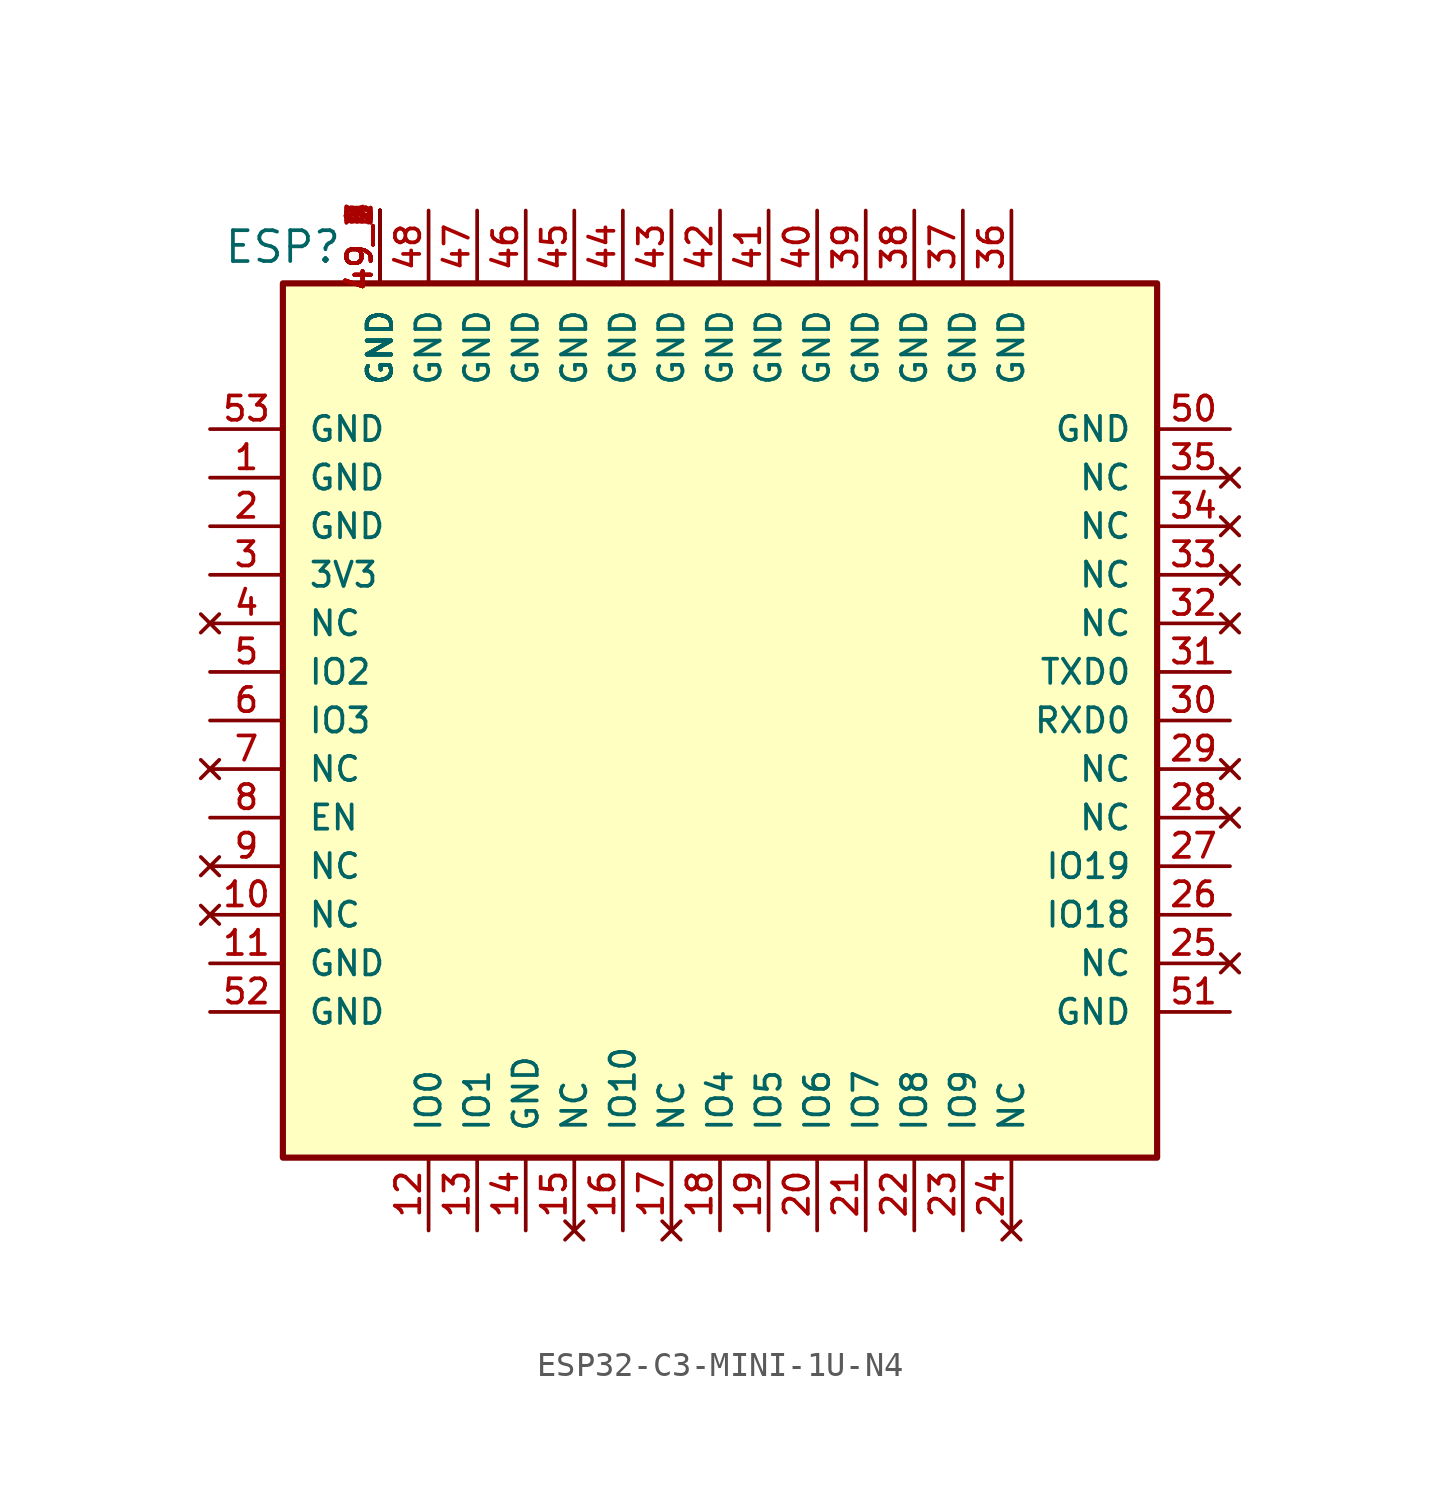
<source format=kicad_sym>
(kicad_symbol_lib
  (version 20220914)
  (generator kicad_symbol_editor)
  (symbol "ESP32-C3-MINI-1U-N4"
    (pin_names
      (offset 1.016))
    (property "Reference" "ESP"
      (at 0 37.5 0)
      (effects (font (size 1.27 1.27))))
    (symbol "ESP32-C3-MINI-1U-N4_0_0"
      (rectangle (start 0 36) (end 36 0) (stroke (width 0.254) (type default)) (fill (type background))))
    (symbol "ESP32-C3-MINI-1U-N4_1_0"
      (pin power_in line (at -3 28 0) (length 3) (name "GND" (effects (font (size 1 1)))) (number "1" (effects (font (size 1 1)))))
      (pin no_connect line (at -3 10 0) (length 3) (name "NC" (effects (font (size 1 1)))) (number "10" (effects (font (size 1 1)))))
      (pin power_in line (at -3 8 0) (length 3) (name "GND" (effects (font (size 1 1)))) (number "11" (effects (font (size 1 1)))))
      (pin bidirectional line (at 6 -3 90) (length 3) (name "IO0" (effects (font (size 1 1)))) (number "12" (effects (font (size 1 1)))))
      (pin bidirectional line (at 8 -3 90) (length 3) (name "IO1" (effects (font (size 1 1)))) (number "13" (effects (font (size 1 1)))))
      (pin power_in line (at 10 -3 90) (length 3) (name "GND" (effects (font (size 1 1)))) (number "14" (effects (font (size 1 1)))))
      (pin no_connect line (at 12 -3 90) (length 3) (name "NC" (effects (font (size 1 1)))) (number "15" (effects (font (size 1 1)))))
      (pin bidirectional line (at 14 -3 90) (length 3) (name "IO10" (effects (font (size 1 1)))) (number "16" (effects (font (size 1 1)))))
      (pin no_connect line (at 16 -3 90) (length 3) (name "NC" (effects (font (size 1 1)))) (number "17" (effects (font (size 1 1)))))
      (pin bidirectional line (at 18 -3 90) (length 3) (name "IO4" (effects (font (size 1 1)))) (number "18" (effects (font (size 1 1)))))
      (pin bidirectional line (at 20 -3 90) (length 3) (name "IO5" (effects (font (size 1 1)))) (number "19" (effects (font (size 1 1)))))
      (pin power_in line (at -3 26 0) (length 3) (name "GND" (effects (font (size 1 1)))) (number "2" (effects (font (size 1 1)))))
      (pin bidirectional line (at 22 -3 90) (length 3) (name "IO6" (effects (font (size 1 1)))) (number "20" (effects (font (size 1 1)))))
      (pin bidirectional line (at 24 -3 90) (length 3) (name "IO7" (effects (font (size 1 1)))) (number "21" (effects (font (size 1 1)))))
      (pin bidirectional line (at 26 -3 90) (length 3) (name "IO8" (effects (font (size 1 1)))) (number "22" (effects (font (size 1 1)))))
      (pin bidirectional line (at 28 -3 90) (length 3) (name "IO9" (effects (font (size 1 1)))) (number "23" (effects (font (size 1 1)))))
      (pin no_connect line (at 30 -3 90) (length 3) (name "NC" (effects (font (size 1 1)))) (number "24" (effects (font (size 1 1)))))
      (pin no_connect line (at 39 8 180) (length 3) (name "NC" (effects (font (size 1 1)))) (number "25" (effects (font (size 1 1)))))
      (pin bidirectional line (at 39 10 180) (length 3) (name "IO18" (effects (font (size 1 1)))) (number "26" (effects (font (size 1 1)))))
      (pin bidirectional line (at 39 12 180) (length 3) (name "IO19" (effects (font (size 1 1)))) (number "27" (effects (font (size 1 1)))))
      (pin no_connect line (at 39 14 180) (length 3) (name "NC" (effects (font (size 1 1)))) (number "28" (effects (font (size 1 1)))))
      (pin no_connect line (at 39 16 180) (length 3) (name "NC" (effects (font (size 1 1)))) (number "29" (effects (font (size 1 1)))))
      (pin power_in line (at -3 24 0) (length 3) (name "3V3" (effects (font (size 1 1)))) (number "3" (effects (font (size 1 1)))))
      (pin bidirectional line (at 39 18 180) (length 3) (name "RXD0" (effects (font (size 1 1)))) (number "30" (effects (font (size 1 1)))))
      (pin bidirectional line (at 39 20 180) (length 3) (name "TXD0" (effects (font (size 1 1)))) (number "31" (effects (font (size 1 1)))))
      (pin no_connect line (at 39 22 180) (length 3) (name "NC" (effects (font (size 1 1)))) (number "32" (effects (font (size 1 1)))))
      (pin no_connect line (at 39 24 180) (length 3) (name "NC" (effects (font (size 1 1)))) (number "33" (effects (font (size 1 1)))))
      (pin no_connect line (at 39 26 180) (length 3) (name "NC" (effects (font (size 1 1)))) (number "34" (effects (font (size 1 1)))))
      (pin no_connect line (at 39 28 180) (length 3) (name "NC" (effects (font (size 1 1)))) (number "35" (effects (font (size 1 1)))))
      (pin power_in line (at 30 39 270) (length 3) (name "GND" (effects (font (size 1 1)))) (number "36" (effects (font (size 1 1)))))
      (pin power_in line (at 28 39 270) (length 3) (name "GND" (effects (font (size 1 1)))) (number "37" (effects (font (size 1 1)))))
      (pin power_in line (at 26 39 270) (length 3) (name "GND" (effects (font (size 1 1)))) (number "38" (effects (font (size 1 1)))))
      (pin power_in line (at 24 39 270) (length 3) (name "GND" (effects (font (size 1 1)))) (number "39" (effects (font (size 1 1)))))
      (pin no_connect line (at -3 22 0) (length 3) (name "NC" (effects (font (size 1 1)))) (number "4" (effects (font (size 1 1)))))
      (pin power_in line (at 22 39 270) (length 3) (name "GND" (effects (font (size 1 1)))) (number "40" (effects (font (size 1 1)))))
      (pin power_in line (at 20 39 270) (length 3) (name "GND" (effects (font (size 1 1)))) (number "41" (effects (font (size 1 1)))))
      (pin power_in line (at 18 39 270) (length 3) (name "GND" (effects (font (size 1 1)))) (number "42" (effects (font (size 1 1)))))
      (pin power_in line (at 16 39 270) (length 3) (name "GND" (effects (font (size 1 1)))) (number "43" (effects (font (size 1 1)))))
      (pin power_in line (at 14 39 270) (length 3) (name "GND" (effects (font (size 1 1)))) (number "44" (effects (font (size 1 1)))))
      (pin power_in line (at 12 39 270) (length 3) (name "GND" (effects (font (size 1 1)))) (number "45" (effects (font (size 1 1)))))
      (pin power_in line (at 10 39 270) (length 3) (name "GND" (effects (font (size 1 1)))) (number "46" (effects (font (size 1 1)))))
      (pin power_in line (at 8 39 270) (length 3) (name "GND" (effects (font (size 1 1)))) (number "47" (effects (font (size 1 1)))))
      (pin power_in line (at 6 39 270) (length 3) (name "GND" (effects (font (size 1 1)))) (number "48" (effects (font (size 1 1)))))
      (pin power_in line (at 4 39 270) (length 3) (name "GND" (effects (font (size 1 1)))) (number "49_1" (effects (font (size 1 1)))))
      (pin power_in line (at 4 39 270) (length 3) (name "GND" (effects (font (size 1 1)))) (number "49_2" (effects (font (size 1 1)))))
      (pin power_in line (at 4 39 270) (length 3) (name "GND" (effects (font (size 1 1)))) (number "49_3" (effects (font (size 1 1)))))
      (pin power_in line (at 4 39 270) (length 3) (name "GND" (effects (font (size 1 1)))) (number "49_4" (effects (font (size 1 1)))))
      (pin power_in line (at 4 39 270) (length 3) (name "GND" (effects (font (size 1 1)))) (number "49_5" (effects (font (size 1 1)))))
      (pin power_in line (at 4 39 270) (length 3) (name "GND" (effects (font (size 1 1)))) (number "49_6" (effects (font (size 1 1)))))
      (pin power_in line (at 4 39 270) (length 3) (name "GND" (effects (font (size 1 1)))) (number "49_7" (effects (font (size 1 1)))))
      (pin power_in line (at 4 39 270) (length 3) (name "GND" (effects (font (size 1 1)))) (number "49_8" (effects (font (size 1 1)))))
      (pin power_in line (at 4 39 270) (length 3) (name "GND" (effects (font (size 1 1)))) (number "49_9" (effects (font (size 1 1)))))
      (pin bidirectional line (at -3 20 0) (length 3) (name "IO2" (effects (font (size 1 1)))) (number "5" (effects (font (size 1 1)))))
      (pin power_in line (at 39 30 180) (length 3) (name "GND" (effects (font (size 1 1)))) (number "50" (effects (font (size 1 1)))))
      (pin power_in line (at 39 6 180) (length 3) (name "GND" (effects (font (size 1 1)))) (number "51" (effects (font (size 1 1)))))
      (pin power_in line (at -3 6 0) (length 3) (name "GND" (effects (font (size 1 1)))) (number "52" (effects (font (size 1 1)))))
      (pin power_in line (at -3 30 0) (length 3) (name "GND" (effects (font (size 1 1)))) (number "53" (effects (font (size 1 1)))))
      (pin bidirectional line (at -3 18 0) (length 3) (name "IO3" (effects (font (size 1 1)))) (number "6" (effects (font (size 1 1)))))
      (pin no_connect line (at -3 16 0) (length 3) (name "NC" (effects (font (size 1 1)))) (number "7" (effects (font (size 1 1)))))
      (pin input line (at -3 14 0) (length 3) (name "EN" (effects (font (size 1 1)))) (number "8" (effects (font (size 1 1)))))
      (pin no_connect line (at -3 12 0) (length 3) (name "NC" (effects (font (size 1 1)))) (number "9" (effects (font (size 1 1))))))))
</source>
